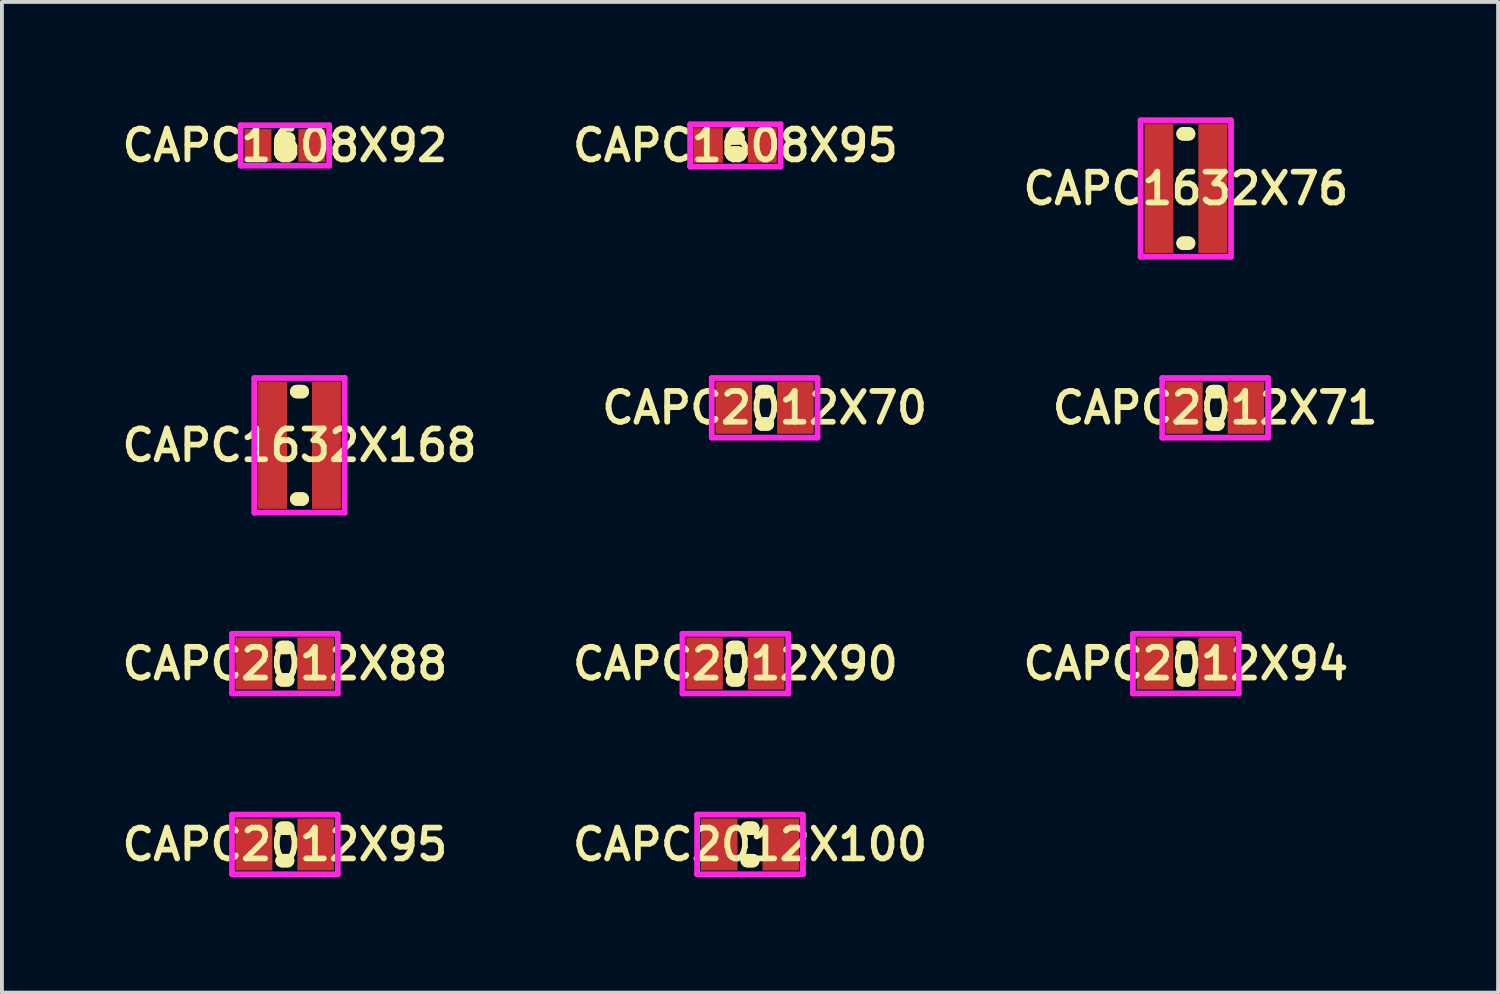
<source format=kicad_pcb>
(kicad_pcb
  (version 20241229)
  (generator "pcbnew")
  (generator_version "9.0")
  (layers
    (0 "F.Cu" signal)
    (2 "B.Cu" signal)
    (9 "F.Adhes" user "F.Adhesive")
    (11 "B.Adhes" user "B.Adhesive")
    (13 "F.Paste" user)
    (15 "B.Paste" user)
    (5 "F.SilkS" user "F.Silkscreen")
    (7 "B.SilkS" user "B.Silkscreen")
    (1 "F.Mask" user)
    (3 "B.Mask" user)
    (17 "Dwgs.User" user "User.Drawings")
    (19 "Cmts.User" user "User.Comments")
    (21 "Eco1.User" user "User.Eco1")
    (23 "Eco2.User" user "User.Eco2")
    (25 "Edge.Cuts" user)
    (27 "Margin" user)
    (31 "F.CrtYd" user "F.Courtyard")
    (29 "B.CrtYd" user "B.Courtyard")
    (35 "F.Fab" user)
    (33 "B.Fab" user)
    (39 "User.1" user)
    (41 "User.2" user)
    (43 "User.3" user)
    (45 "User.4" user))
  (footprint "CAPC2012X94"
    (layer "F.Cu")
    (at 27.773 14.2)
    (property "Reference" "CAPC2012X94" (at 0 0 0) (layer "F.SilkS") (effects (font (size 0.8 0.8) (thickness 0.15))))
    (attr smd)
    (fp_line (start -0.071 -0.421) (end 0.071 -0.421) (stroke (width 0.35) (type solid)) (layer "F.SilkS"))
    (fp_line (start -0.071 0.421) (end 0.071 0.421) (stroke (width 0.35) (type solid)) (layer "F.SilkS"))
    (fp_line (start 0.071 -0.421) (end -0.071 -0.421) (stroke (width 0.35) (type solid)) (layer "F.SilkS"))
    (fp_line (start 0.071 0.421) (end -0.071 0.421) (stroke (width 0.35) (type solid)) (layer "F.SilkS"))
    (fp_line (start -1.375 -0.775) (end 1.375 -0.775) (stroke (width 0.15) (type solid)) (layer "F.CrtYd"))
    (fp_line (start -1.375 0.775) (end -1.375 -0.775) (stroke (width 0.15) (type solid)) (layer "F.CrtYd"))
    (fp_line (start 1.375 -0.775) (end 1.375 0.775) (stroke (width 0.15) (type solid)) (layer "F.CrtYd"))
    (fp_line (start 1.375 0.775) (end -1.375 0.775) (stroke (width 0.15) (type solid)) (layer "F.CrtYd"))
    (pad "1" smd rect (at -0.8 0) (size 0.95 1.35) (layers "F.Cu" "F.Mask" "F.Paste"))
    (pad "2" smd rect (at 0.8 0) (size 0.95 1.35) (layers "F.Cu" "F.Mask" "F.Paste")))
  (footprint "CAPC2012X70"
    (layer "F.Cu")
    (at 16.825 7.55)
    (property "Reference" "CAPC2012X70" (at 0 0 0) (layer "F.SilkS") (effects (font (size 0.8 0.8) (thickness 0.15))))
    (attr smd)
    (fp_line (start -0.071 -0.421) (end 0.071 -0.421) (stroke (width 0.35) (type solid)) (layer "F.SilkS"))
    (fp_line (start -0.071 0.421) (end 0.071 0.421) (stroke (width 0.35) (type solid)) (layer "F.SilkS"))
    (fp_line (start 0.071 -0.421) (end -0.071 -0.421) (stroke (width 0.35) (type solid)) (layer "F.SilkS"))
    (fp_line (start 0.071 0.421) (end -0.071 0.421) (stroke (width 0.35) (type solid)) (layer "F.SilkS"))
    (fp_line (start -1.375 -0.775) (end 1.375 -0.775) (stroke (width 0.15) (type solid)) (layer "F.CrtYd"))
    (fp_line (start -1.375 0.775) (end -1.375 -0.775) (stroke (width 0.15) (type solid)) (layer "F.CrtYd"))
    (fp_line (start 1.375 -0.775) (end 1.375 0.775) (stroke (width 0.15) (type solid)) (layer "F.CrtYd"))
    (fp_line (start 1.375 0.775) (end -1.375 0.775) (stroke (width 0.15) (type solid)) (layer "F.CrtYd"))
    (pad "1" smd rect (at -0.8 0) (size 0.95 1.35) (layers "F.Cu" "F.Mask" "F.Paste"))
    (pad "2" smd rect (at 0.8 0) (size 0.95 1.35) (layers "F.Cu" "F.Mask" "F.Paste")))
  (footprint "CAPC2012X100"
    (layer "F.Cu")
    (at 16.445 18.9)
    (property "Reference" "CAPC2012X100" (at 0 0 0) (layer "F.SilkS") (effects (font (size 0.8 0.8) (thickness 0.15))))
    (attr smd)
    (fp_line (start -0.071 -0.421) (end 0.071 -0.421) (stroke (width 0.35) (type solid)) (layer "F.SilkS"))
    (fp_line (start -0.071 0.421) (end 0.071 0.421) (stroke (width 0.35) (type solid)) (layer "F.SilkS"))
    (fp_line (start 0.071 -0.421) (end -0.071 -0.421) (stroke (width 0.35) (type solid)) (layer "F.SilkS"))
    (fp_line (start 0.071 0.421) (end -0.071 0.421) (stroke (width 0.35) (type solid)) (layer "F.SilkS"))
    (fp_line (start -1.375 -0.775) (end 1.375 -0.775) (stroke (width 0.15) (type solid)) (layer "F.CrtYd"))
    (fp_line (start -1.375 0.775) (end -1.375 -0.775) (stroke (width 0.15) (type solid)) (layer "F.CrtYd"))
    (fp_line (start 1.375 -0.775) (end 1.375 0.775) (stroke (width 0.15) (type solid)) (layer "F.CrtYd"))
    (fp_line (start 1.375 0.775) (end -1.375 0.775) (stroke (width 0.15) (type solid)) (layer "F.CrtYd"))
    (pad "1" smd rect (at -0.8 0) (size 0.95 1.35) (layers "F.Cu" "F.Mask" "F.Paste"))
    (pad "2" smd rect (at 0.8 0) (size 0.95 1.35) (layers "F.Cu" "F.Mask" "F.Paste")))
  (footprint "CAPC1632X168"
    (layer "F.Cu")
    (at 4.735 8.525)
    (property "Reference" "CAPC1632X168" (at 0 0 0) (layer "F.SilkS") (effects (font (size 0.8 0.8) (thickness 0.15))))
    (attr smd)
    (fp_line (start -0.071 -1.396) (end 0.071 -1.396) (stroke (width 0.35) (type solid)) (layer "F.SilkS"))
    (fp_line (start -0.071 1.396) (end 0.071 1.396) (stroke (width 0.35) (type solid)) (layer "F.SilkS"))
    (fp_line (start 0.071 -1.396) (end -0.071 -1.396) (stroke (width 0.35) (type solid)) (layer "F.SilkS"))
    (fp_line (start 0.071 1.396) (end -0.071 1.396) (stroke (width 0.35) (type solid)) (layer "F.SilkS"))
    (fp_line (start -1.175 -1.75) (end 1.175 -1.75) (stroke (width 0.15) (type solid)) (layer "F.CrtYd"))
    (fp_line (start -1.175 1.75) (end -1.175 -1.75) (stroke (width 0.15) (type solid)) (layer "F.CrtYd"))
    (fp_line (start 1.175 -1.75) (end 1.175 1.75) (stroke (width 0.15) (type solid)) (layer "F.CrtYd"))
    (fp_line (start 1.175 1.75) (end -1.175 1.75) (stroke (width 0.15) (type solid)) (layer "F.CrtYd"))
    (pad "1" smd rect (at -0.7 0) (size 0.75 3.3) (layers "F.Cu" "F.Mask" "F.Paste"))
    (pad "2" smd rect (at 0.7 0) (size 0.75 3.3) (layers "F.Cu" "F.Mask" "F.Paste")))
  (footprint "CAPC2012X88"
    (layer "F.Cu")
    (at 4.355 14.2)
    (property "Reference" "CAPC2012X88" (at 0 0 0) (layer "F.SilkS") (effects (font (size 0.8 0.8) (thickness 0.15))))
    (attr smd)
    (fp_line (start -0.071 -0.421) (end 0.071 -0.421) (stroke (width 0.35) (type solid)) (layer "F.SilkS"))
    (fp_line (start -0.071 0.421) (end 0.071 0.421) (stroke (width 0.35) (type solid)) (layer "F.SilkS"))
    (fp_line (start 0.071 -0.421) (end -0.071 -0.421) (stroke (width 0.35) (type solid)) (layer "F.SilkS"))
    (fp_line (start 0.071 0.421) (end -0.071 0.421) (stroke (width 0.35) (type solid)) (layer "F.SilkS"))
    (fp_line (start -1.375 -0.775) (end 1.375 -0.775) (stroke (width 0.15) (type solid)) (layer "F.CrtYd"))
    (fp_line (start -1.375 0.775) (end -1.375 -0.775) (stroke (width 0.15) (type solid)) (layer "F.CrtYd"))
    (fp_line (start 1.375 -0.775) (end 1.375 0.775) (stroke (width 0.15) (type solid)) (layer "F.CrtYd"))
    (fp_line (start 1.375 0.775) (end -1.375 0.775) (stroke (width 0.15) (type solid)) (layer "F.CrtYd"))
    (pad "1" smd rect (at -0.8 0) (size 0.95 1.35) (layers "F.Cu" "F.Mask" "F.Paste"))
    (pad "2" smd rect (at 0.8 0) (size 0.95 1.35) (layers "F.Cu" "F.Mask" "F.Paste")))
  (footprint "CAPC1608X95"
    (layer "F.Cu")
    (at 16.064 0.731)
    (property "Reference" "CAPC1608X95" (at 0 0 0) (layer "F.SilkS") (effects (font (size 0.8 0.8) (thickness 0.15))))
    (attr smd)
    (fp_line (start -0.071 -0.196) (end 0.071 -0.196) (stroke (width 0.35) (type solid)) (layer "F.SilkS"))
    (fp_line (start -0.071 0.196) (end 0.071 0.196) (stroke (width 0.35) (type solid)) (layer "F.SilkS"))
    (fp_line (start 0.071 -0.196) (end -0.071 -0.196) (stroke (width 0.35) (type solid)) (layer "F.SilkS"))
    (fp_line (start 0.071 0.196) (end -0.071 0.196) (stroke (width 0.35) (type solid)) (layer "F.SilkS"))
    (fp_line (start -1.175 -0.55) (end 1.175 -0.55) (stroke (width 0.15) (type solid)) (layer "F.CrtYd"))
    (fp_line (start -1.175 0.55) (end -1.175 -0.55) (stroke (width 0.15) (type solid)) (layer "F.CrtYd"))
    (fp_line (start 1.175 -0.55) (end 1.175 0.55) (stroke (width 0.15) (type solid)) (layer "F.CrtYd"))
    (fp_line (start 1.175 0.55) (end -1.175 0.55) (stroke (width 0.15) (type solid)) (layer "F.CrtYd"))
    (pad "1" smd rect (at -0.7 0) (size 0.75 0.9) (layers "F.Cu" "F.Mask" "F.Paste"))
    (pad "2" smd rect (at 0.7 0) (size 0.75 0.9) (layers "F.Cu" "F.Mask" "F.Paste")))
  (footprint "CAPC2012X90"
    (layer "F.Cu")
    (at 16.064 14.2)
    (property "Reference" "CAPC2012X90" (at 0 0 0) (layer "F.SilkS") (effects (font (size 0.8 0.8) (thickness 0.15))))
    (attr smd)
    (fp_line (start -0.071 -0.421) (end 0.071 -0.421) (stroke (width 0.35) (type solid)) (layer "F.SilkS"))
    (fp_line (start -0.071 0.421) (end 0.071 0.421) (stroke (width 0.35) (type solid)) (layer "F.SilkS"))
    (fp_line (start 0.071 -0.421) (end -0.071 -0.421) (stroke (width 0.35) (type solid)) (layer "F.SilkS"))
    (fp_line (start 0.071 0.421) (end -0.071 0.421) (stroke (width 0.35) (type solid)) (layer "F.SilkS"))
    (fp_line (start -1.375 -0.775) (end 1.375 -0.775) (stroke (width 0.15) (type solid)) (layer "F.CrtYd"))
    (fp_line (start -1.375 0.775) (end -1.375 -0.775) (stroke (width 0.15) (type solid)) (layer "F.CrtYd"))
    (fp_line (start 1.375 -0.775) (end 1.375 0.775) (stroke (width 0.15) (type solid)) (layer "F.CrtYd"))
    (fp_line (start 1.375 0.775) (end -1.375 0.775) (stroke (width 0.15) (type solid)) (layer "F.CrtYd"))
    (pad "1" smd rect (at -0.8 0) (size 0.95 1.35) (layers "F.Cu" "F.Mask" "F.Paste"))
    (pad "2" smd rect (at 0.8 0) (size 0.95 1.35) (layers "F.Cu" "F.Mask" "F.Paste")))
  (footprint "CAPC1608X92"
    (layer "F.Cu")
    (at 4.355 0.731)
    (property "Reference" "CAPC1608X92" (at 0 0 0) (layer "F.SilkS") (effects (font (size 0.8 0.8) (thickness 0.15))))
    (attr smd)
    (fp_line (start -0.096 -0.171) (end 0.096 -0.171) (stroke (width 0.35) (type solid)) (layer "F.SilkS"))
    (fp_line (start -0.096 0.171) (end 0.096 0.171) (stroke (width 0.35) (type solid)) (layer "F.SilkS"))
    (fp_line (start 0.096 -0.171) (end -0.096 -0.171) (stroke (width 0.35) (type solid)) (layer "F.SilkS"))
    (fp_line (start 0.096 0.171) (end -0.096 0.171) (stroke (width 0.35) (type solid)) (layer "F.SilkS"))
    (fp_line (start -1.15 -0.525) (end 1.15 -0.525) (stroke (width 0.15) (type solid)) (layer "F.CrtYd"))
    (fp_line (start -1.15 0.525) (end -1.15 -0.525) (stroke (width 0.15) (type solid)) (layer "F.CrtYd"))
    (fp_line (start 1.15 -0.525) (end 1.15 0.525) (stroke (width 0.15) (type solid)) (layer "F.CrtYd"))
    (fp_line (start 1.15 0.525) (end -1.15 0.525) (stroke (width 0.15) (type solid)) (layer "F.CrtYd"))
    (pad "1" smd rect (at -0.7 0) (size 0.7 0.85) (layers "F.Cu" "F.Mask" "F.Paste"))
    (pad "2" smd rect (at 0.7 0) (size 0.7 0.85) (layers "F.Cu" "F.Mask" "F.Paste")))
  (footprint "CAPC1632X76"
    (layer "F.Cu")
    (at 27.773 1.85)
    (property "Reference" "CAPC1632X76" (at 0 0 0) (layer "F.SilkS") (effects (font (size 0.8 0.8) (thickness 0.15))))
    (attr smd)
    (fp_line (start -0.071 -1.421) (end 0.071 -1.421) (stroke (width 0.35) (type solid)) (layer "F.SilkS"))
    (fp_line (start -0.071 1.421) (end 0.071 1.421) (stroke (width 0.35) (type solid)) (layer "F.SilkS"))
    (fp_line (start 0.071 -1.421) (end -0.071 -1.421) (stroke (width 0.35) (type solid)) (layer "F.SilkS"))
    (fp_line (start 0.071 1.421) (end -0.071 1.421) (stroke (width 0.35) (type solid)) (layer "F.SilkS"))
    (fp_line (start -1.175 -1.775) (end 1.175 -1.775) (stroke (width 0.15) (type solid)) (layer "F.CrtYd"))
    (fp_line (start -1.175 1.775) (end -1.175 -1.775) (stroke (width 0.15) (type solid)) (layer "F.CrtYd"))
    (fp_line (start 1.175 -1.775) (end 1.175 1.775) (stroke (width 0.15) (type solid)) (layer "F.CrtYd"))
    (fp_line (start 1.175 1.775) (end -1.175 1.775) (stroke (width 0.15) (type solid)) (layer "F.CrtYd"))
    (pad "1" smd rect (at -0.7 0) (size 0.75 3.35) (layers "F.Cu" "F.Mask" "F.Paste"))
    (pad "2" smd rect (at 0.7 0) (size 0.75 3.35) (layers "F.Cu" "F.Mask" "F.Paste")))
  (footprint "CAPC2012X95"
    (layer "F.Cu")
    (at 4.355 18.9)
    (property "Reference" "CAPC2012X95" (at 0 0 0) (layer "F.SilkS") (effects (font (size 0.8 0.8) (thickness 0.15))))
    (attr smd)
    (fp_line (start -0.071 -0.421) (end 0.071 -0.421) (stroke (width 0.35) (type solid)) (layer "F.SilkS"))
    (fp_line (start -0.071 0.421) (end 0.071 0.421) (stroke (width 0.35) (type solid)) (layer "F.SilkS"))
    (fp_line (start 0.071 -0.421) (end -0.071 -0.421) (stroke (width 0.35) (type solid)) (layer "F.SilkS"))
    (fp_line (start 0.071 0.421) (end -0.071 0.421) (stroke (width 0.35) (type solid)) (layer "F.SilkS"))
    (fp_line (start -1.375 -0.775) (end 1.375 -0.775) (stroke (width 0.15) (type solid)) (layer "F.CrtYd"))
    (fp_line (start -1.375 0.775) (end -1.375 -0.775) (stroke (width 0.15) (type solid)) (layer "F.CrtYd"))
    (fp_line (start 1.375 -0.775) (end 1.375 0.775) (stroke (width 0.15) (type solid)) (layer "F.CrtYd"))
    (fp_line (start 1.375 0.775) (end -1.375 0.775) (stroke (width 0.15) (type solid)) (layer "F.CrtYd"))
    (pad "1" smd rect (at -0.8 0) (size 0.95 1.35) (layers "F.Cu" "F.Mask" "F.Paste"))
    (pad "2" smd rect (at 0.8 0) (size 0.95 1.35) (layers "F.Cu" "F.Mask" "F.Paste")))
  (footprint "CAPC2012X71"
    (layer "F.Cu")
    (at 28.535 7.55)
    (property "Reference" "CAPC2012X71" (at 0 0 0) (layer "F.SilkS") (effects (font (size 0.8 0.8) (thickness 0.15))))
    (attr smd)
    (fp_line (start -0.071 -0.421) (end 0.071 -0.421) (stroke (width 0.35) (type solid)) (layer "F.SilkS"))
    (fp_line (start -0.071 0.421) (end 0.071 0.421) (stroke (width 0.35) (type solid)) (layer "F.SilkS"))
    (fp_line (start 0.071 -0.421) (end -0.071 -0.421) (stroke (width 0.35) (type solid)) (layer "F.SilkS"))
    (fp_line (start 0.071 0.421) (end -0.071 0.421) (stroke (width 0.35) (type solid)) (layer "F.SilkS"))
    (fp_line (start -1.375 -0.775) (end 1.375 -0.775) (stroke (width 0.15) (type solid)) (layer "F.CrtYd"))
    (fp_line (start -1.375 0.775) (end -1.375 -0.775) (stroke (width 0.15) (type solid)) (layer "F.CrtYd"))
    (fp_line (start 1.375 -0.775) (end 1.375 0.775) (stroke (width 0.15) (type solid)) (layer "F.CrtYd"))
    (fp_line (start 1.375 0.775) (end -1.375 0.775) (stroke (width 0.15) (type solid)) (layer "F.CrtYd"))
    (pad "1" smd rect (at -0.8 0) (size 0.95 1.35) (layers "F.Cu" "F.Mask" "F.Paste"))
    (pad "2" smd rect (at 0.8 0) (size 0.95 1.35) (layers "F.Cu" "F.Mask" "F.Paste")))
  (gr_rect
    (start -3 -3)
    (end 35.889 22.75)
    (stroke (width 0.1) (type default))
    (fill no)
    (layer "Edge.Cuts")))
</source>
